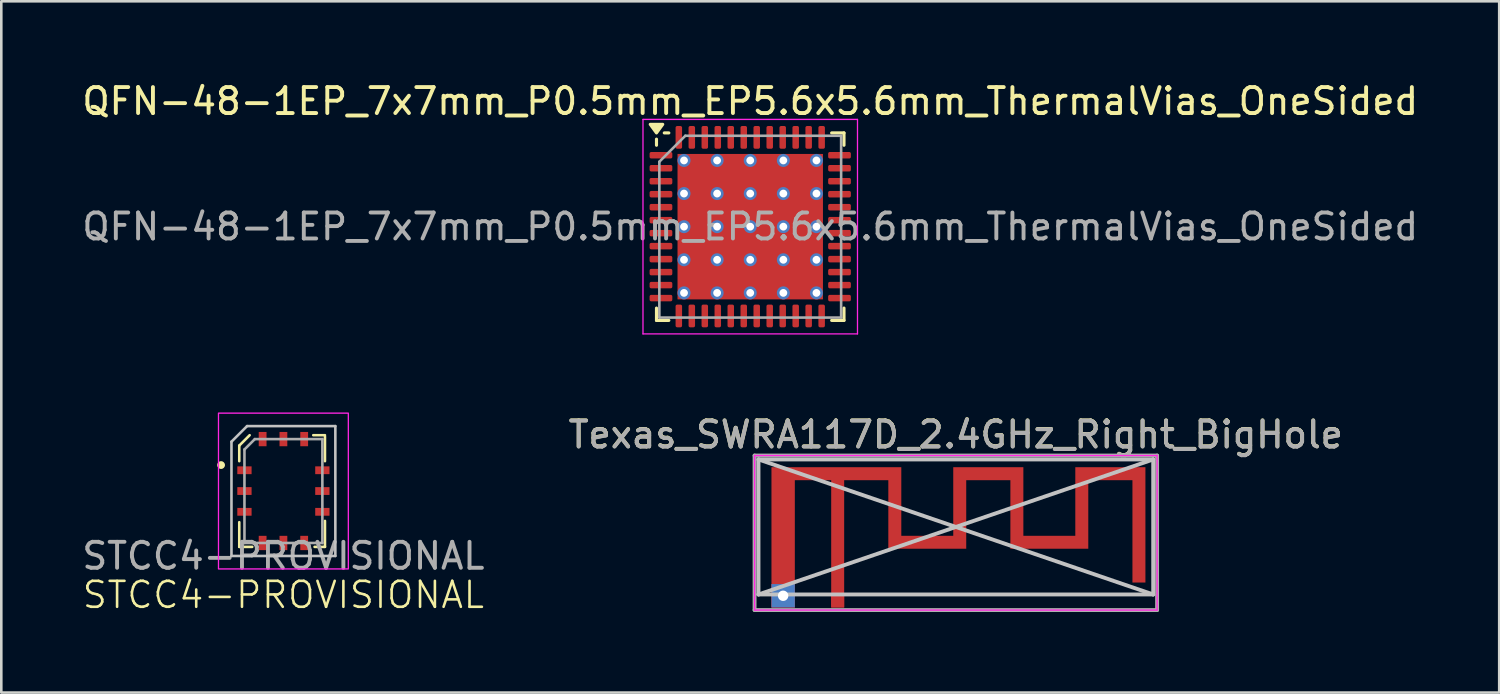
<source format=kicad_pcb>
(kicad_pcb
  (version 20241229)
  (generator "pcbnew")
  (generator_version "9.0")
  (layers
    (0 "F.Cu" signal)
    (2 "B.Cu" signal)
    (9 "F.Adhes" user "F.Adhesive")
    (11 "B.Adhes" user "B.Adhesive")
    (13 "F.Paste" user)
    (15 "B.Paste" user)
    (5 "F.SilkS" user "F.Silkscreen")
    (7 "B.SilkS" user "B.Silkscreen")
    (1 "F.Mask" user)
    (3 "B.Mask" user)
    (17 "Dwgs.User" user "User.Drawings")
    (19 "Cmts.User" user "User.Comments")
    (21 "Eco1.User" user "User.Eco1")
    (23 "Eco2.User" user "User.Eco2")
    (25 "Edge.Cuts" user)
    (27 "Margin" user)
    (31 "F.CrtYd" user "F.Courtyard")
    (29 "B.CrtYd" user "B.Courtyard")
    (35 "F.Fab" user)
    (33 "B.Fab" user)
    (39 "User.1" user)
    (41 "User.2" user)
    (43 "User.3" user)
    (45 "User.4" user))
  (footprint "Texas_SWRA117D_2.4GHz_Right_BigHole"
    (layer "F.Cu")
    (at 29.206 20.091)
    (property "Reference" "Texas_SWRA117D_2.4GHz_Right_BigHole" (at 4.55 -6.41 0) (layer "F.SilkS") (effects (font (size 1 1) (thickness 0.15))))
    (attr exclude_from_pos_files exclude_from_bom)
    (fp_poly (pts (xy 2.45 -2.51) (xy 4.45 -2.51) (xy 4.45 -5.15) (xy 7.15 -5.15) (xy 7.15 -2.51) (xy 9.15 -2.51) (xy 9.15 -5.15) (xy 11.85 -5.15) (xy 11.85 -0.71) (xy 11.35 -0.71) (xy 11.35 -4.65) (xy 9.65 -4.65) (xy 9.65 -2.01) (xy 6.65 -2.01) (xy 6.65 -4.65) (xy 4.95 -4.65) (xy 4.95 -2.01) (xy 1.95 -2.01) (xy 1.95 -4.65) (xy 0.25 -4.65) (xy 0.25 0.25) (xy -0.25 0.25) (xy -0.25 -4.65) (xy -1.65 -4.65) (xy -1.65 0.25) (xy -2.55 0.25) (xy -2.55 0.007) (xy -2.248 0.007) (xy -2.238 0.054) (xy -2.214 0.097) (xy -2.176 0.13) (xy -2.168 0.134) (xy -2.125 0.146) (xy -2.077 0.145) (xy -2.031 0.132) (xy -2.013 0.122) (xy -1.979 0.087) (xy -1.958 0.041) (xy -1.952 -0.008) (xy -1.96 -0.056) (xy -1.977 -0.089) (xy -2.012 -0.121) (xy -2.058 -0.141) (xy -2.107 -0.148) (xy -2.155 -0.14) (xy -2.188 -0.123) (xy -2.223 -0.086) (xy -2.243 -0.042) (xy -2.248 0.007) (xy -2.55 0.007) (xy -2.55 -5.15) (xy 2.45 -5.15) (xy 2.45 -2.51)) (stroke (width 0) (type solid)) (fill yes) (layer "F.Cu"))
    (fp_line (start -3.05 -5.45) (end 12.15 -5.45) (stroke (width 0.15) (type solid)) (layer "Dwgs.User"))
    (fp_line (start -3.05 -5.45) (end 12.15 -0.25) (stroke (width 0.15) (type solid)) (layer "Dwgs.User"))
    (fp_line (start -3.05 -0.25) (end -3.05 -5.45) (stroke (width 0.15) (type solid)) (layer "Dwgs.User"))
    (fp_line (start -3.05 -0.25) (end 12.15 -5.45) (stroke (width 0.15) (type solid)) (layer "Dwgs.User"))
    (fp_line (start -3.05 -0.25) (end 12.15 -0.25) (stroke (width 0.15) (type solid)) (layer "Dwgs.User"))
    (fp_line (start 12.15 -0.25) (end 12.15 -5.45) (stroke (width 0.15) (type solid)) (layer "Dwgs.User"))
    (fp_line (start -3.2 -5.6) (end 12.3 -5.6) (stroke (width 0.05) (type solid)) (layer "F.CrtYd"))
    (fp_line (start -3.2 0.35) (end -3.2 -5.6) (stroke (width 0.05) (type solid)) (layer "F.CrtYd"))
    (fp_line (start 12.3 -5.6) (end 12.3 0.35) (stroke (width 0.05) (type solid)) (layer "F.CrtYd"))
    (fp_line (start 12.3 0.35) (end -3.2 0.35) (stroke (width 0.05) (type solid)) (layer "F.CrtYd"))
    (fp_line (start -3.2 -5.6) (end 12.3 -5.6) (stroke (width 0.15) (type solid)) (layer "F.Fab"))
    (fp_line (start -3.2 0.35) (end -3.2 -5.6) (stroke (width 0.15) (type solid)) (layer "F.Fab"))
    (fp_line (start 12.3 -5.6) (end 12.3 0.35) (stroke (width 0.15) (type solid)) (layer "F.Fab"))
    (fp_line (start 12.3 0.35) (end -3.2 0.35) (stroke (width 0.15) (type solid)) (layer "F.Fab"))
    (fp_text user "${REFERENCE}" (at 4.55 -6.4 0) (layer "F.Fab") (effects (font (size 1 1) (thickness 0.15))))
    (pad "1" connect rect (at 0 0) (size 0.5 0.5) (layers "F.Cu"))
    (pad "2" thru_hole rect (at -2.1 -0.2) (size 0.9 0.9) (drill 0.4) (layers "*.Cu") (remove_unused_layers yes) (keep_end_layers yes) (zone_layer_connections)))
  (footprint "STCC4-PROVISIONAL"
    (layer "F.Cu")
    (at 7.863 15.858)
    (property "Reference" "STCC4-PROVISIONAL" (at 0 4 0) (unlocked yes) (layer "F.SilkS") (effects (font (size 1 1) (thickness 0.1))))
    (attr smd)
    (fp_line (start -1.7 -1.75) (end -1.7 -1.15) (stroke (width 0.1) (type default)) (layer "F.SilkS"))
    (fp_line (start -1.7 1.2) (end -1.7 2.15) (stroke (width 0.1) (type default)) (layer "F.SilkS"))
    (fp_line (start -1.7 2.15) (end -1.2 2.15) (stroke (width 0.1) (type default)) (layer "F.SilkS"))
    (fp_line (start -1.3 -2.15) (end -1.7 -1.75) (stroke (width 0.1) (type default)) (layer "F.SilkS"))
    (fp_line (start 1.2 2.15) (end 1.6 2.15) (stroke (width 0.1) (type default)) (layer "F.SilkS"))
    (fp_line (start 1.6 -2.15) (end 1.15 -2.15) (stroke (width 0.1) (type default)) (layer "F.SilkS"))
    (fp_line (start 1.6 -1.15) (end 1.6 -2.1) (stroke (width 0.1) (type default)) (layer "F.SilkS"))
    (fp_line (start 1.6 2.15) (end 1.6 1.15) (stroke (width 0.1) (type default)) (layer "F.SilkS"))
    (fp_circle (center -2.4 -1) (end -2.3 -1) (stroke (width 0.1) (type solid)) (fill yes) (layer "F.SilkS"))
    (fp_line (start -2 -1.9) (end -2 2.5) (stroke (width 0.1) (type default)) (layer "Dwgs.User"))
    (fp_line (start -2 2.5) (end 2 2.5) (stroke (width 0.1) (type default)) (layer "Dwgs.User"))
    (fp_line (start -1.4 -2.5) (end -2 -1.9) (stroke (width 0.1) (type default)) (layer "Dwgs.User"))
    (fp_line (start 2 -2.5) (end -1.4 -2.5) (stroke (width 0.1) (type default)) (layer "Dwgs.User"))
    (fp_line (start 2 2.5) (end 2 -2.5) (stroke (width 0.1) (type default)) (layer "Dwgs.User"))
    (fp_rect (start -2.5 -3) (end 2.5 3) (stroke (width 0.05) (type default)) (fill no) (layer "F.CrtYd"))
    (fp_line (start -1.5 -1.6) (end -1.1 -2) (stroke (width 0.1) (type default)) (layer "F.Fab"))
    (fp_line (start -1.5 2) (end -1.5 -1.6) (stroke (width 0.1) (type default)) (layer "F.Fab"))
    (fp_line (start -1.1 -2) (end 1.5 -2) (stroke (width 0.1) (type default)) (layer "F.Fab"))
    (fp_line (start 1.5 -2) (end 1.5 2) (stroke (width 0.1) (type default)) (layer "F.Fab"))
    (fp_line (start 1.5 2) (end -1.5 2) (stroke (width 0.1) (type default)) (layer "F.Fab"))
    (fp_text user "${REFERENCE}" (at 0 2.5 0) (unlocked yes) (layer "F.Fab") (effects (font (size 1 1) (thickness 0.15))))
    (pad "1" smd rect (at -1.5 -0.8) (size 0.55 0.3) (layers "F.Cu" "F.Mask" "F.Paste"))
    (pad "2" smd rect (at -1.5 0) (size 0.55 0.3) (layers "F.Cu" "F.Mask" "F.Paste"))
    (pad "3" smd rect (at -1.5 0.8) (size 0.55 0.3) (layers "F.Cu" "F.Mask" "F.Paste"))
    (pad "4" smd rect (at -0.8 2 90) (size 0.55 0.3) (layers "F.Cu" "F.Mask" "F.Paste"))
    (pad "5" smd rect (at 0 2 90) (size 0.55 0.3) (layers "F.Cu" "F.Mask" "F.Paste"))
    (pad "6" smd rect (at 0.8 2 90) (size 0.55 0.3) (layers "F.Cu" "F.Mask" "F.Paste"))
    (pad "7" smd rect (at 1.5 0.8) (size 0.55 0.3) (layers "F.Cu" "F.Mask" "F.Paste"))
    (pad "8" smd rect (at 1.5 0) (size 0.55 0.3) (layers "F.Cu" "F.Mask" "F.Paste"))
    (pad "9" smd rect (at 1.5 -0.8) (size 0.55 0.3) (layers "F.Cu" "F.Mask" "F.Paste"))
    (pad "10" smd rect (at 0.8 -2 90) (size 0.55 0.3) (layers "F.Cu" "F.Mask" "F.Paste"))
    (pad "11" smd rect (at 0 -2 90) (size 0.55 0.3) (layers "F.Cu" "F.Mask" "F.Paste"))
    (pad "12" smd rect (at -0.8 -2 90) (size 0.55 0.3) (layers "F.Cu" "F.Mask" "F.Paste")))
  (footprint "QFN-48-1EP_7x7mm_P0.5mm_EP5.6x5.6mm_ThermalVias_OneSided"
    (layer "F.Cu")
    (at 25.839 5.678)
    (property "Reference" "QFN-48-1EP_7x7mm_P0.5mm_EP5.6x5.6mm_ThermalVias_OneSided" (at 0 -4.83 0) (layer "F.SilkS") (effects (font (size 1 1) (thickness 0.15))))
    (attr smd)
    (fp_line (start -3.61 -3.135) (end -3.61 -3.37) (stroke (width 0.12) (type solid)) (layer "F.SilkS"))
    (fp_line (start -3.61 3.61) (end -3.61 3.135) (stroke (width 0.12) (type solid)) (layer "F.SilkS"))
    (fp_line (start -3.135 -3.61) (end -3.31 -3.61) (stroke (width 0.12) (type solid)) (layer "F.SilkS"))
    (fp_line (start -3.135 3.61) (end -3.61 3.61) (stroke (width 0.12) (type solid)) (layer "F.SilkS"))
    (fp_line (start 3.135 -3.61) (end 3.61 -3.61) (stroke (width 0.12) (type solid)) (layer "F.SilkS"))
    (fp_line (start 3.135 3.61) (end 3.61 3.61) (stroke (width 0.12) (type solid)) (layer "F.SilkS"))
    (fp_line (start 3.61 -3.61) (end 3.61 -3.135) (stroke (width 0.12) (type solid)) (layer "F.SilkS"))
    (fp_line (start 3.61 3.61) (end 3.61 3.135) (stroke (width 0.12) (type solid)) (layer "F.SilkS"))
    (fp_poly (pts (xy -3.61 -3.61) (xy -3.85 -3.94) (xy -3.37 -3.94) (xy -3.61 -3.61)) (stroke (width 0.12) (type solid)) (fill yes) (layer "F.SilkS"))
    (fp_line (start -4.13 -4.13) (end -4.13 4.13) (stroke (width 0.05) (type solid)) (layer "F.CrtYd"))
    (fp_line (start -4.13 4.13) (end 4.13 4.13) (stroke (width 0.05) (type solid)) (layer "F.CrtYd"))
    (fp_line (start 4.13 -4.13) (end -4.13 -4.13) (stroke (width 0.05) (type solid)) (layer "F.CrtYd"))
    (fp_line (start 4.13 4.13) (end 4.13 -4.13) (stroke (width 0.05) (type solid)) (layer "F.CrtYd"))
    (fp_line (start -3.5 -2.5) (end -2.5 -3.5) (stroke (width 0.1) (type solid)) (layer "F.Fab"))
    (fp_line (start -3.5 3.5) (end -3.5 -2.5) (stroke (width 0.1) (type solid)) (layer "F.Fab"))
    (fp_line (start -2.5 -3.5) (end 3.5 -3.5) (stroke (width 0.1) (type solid)) (layer "F.Fab"))
    (fp_line (start 3.5 -3.5) (end 3.5 3.5) (stroke (width 0.1) (type solid)) (layer "F.Fab"))
    (fp_line (start 3.5 3.5) (end -3.5 3.5) (stroke (width 0.1) (type solid)) (layer "F.Fab"))
    (fp_text user "${REFERENCE}" (at 0 0 0) (layer "F.Fab") (effects (font (size 1 1) (thickness 0.15))))
    (pad "" smd roundrect (at -1.913 -1.913) (size 1.084 1.084) (layers "F.Paste") (roundrect_rratio 0.231))
    (pad "" smd roundrect (at -1.913 -0.637) (size 1.084 1.084) (layers "F.Paste") (roundrect_rratio 0.231))
    (pad "" smd roundrect (at -1.913 0.637) (size 1.084 1.084) (layers "F.Paste") (roundrect_rratio 0.231))
    (pad "" smd roundrect (at -1.913 1.913) (size 1.084 1.084) (layers "F.Paste") (roundrect_rratio 0.231))
    (pad "" smd roundrect (at -0.637 -1.913) (size 1.084 1.084) (layers "F.Paste") (roundrect_rratio 0.231))
    (pad "" smd roundrect (at -0.637 -0.637) (size 1.084 1.084) (layers "F.Paste") (roundrect_rratio 0.231))
    (pad "" smd roundrect (at -0.637 0.637) (size 1.084 1.084) (layers "F.Paste") (roundrect_rratio 0.231))
    (pad "" smd roundrect (at -0.637 1.913) (size 1.084 1.084) (layers "F.Paste") (roundrect_rratio 0.231))
    (pad "" smd roundrect (at 0.637 -1.913) (size 1.084 1.084) (layers "F.Paste") (roundrect_rratio 0.231))
    (pad "" smd roundrect (at 0.637 -0.637) (size 1.084 1.084) (layers "F.Paste") (roundrect_rratio 0.231))
    (pad "" smd roundrect (at 0.637 0.637) (size 1.084 1.084) (layers "F.Paste") (roundrect_rratio 0.231))
    (pad "" smd roundrect (at 0.637 1.913) (size 1.084 1.084) (layers "F.Paste") (roundrect_rratio 0.231))
    (pad "" smd roundrect (at 1.913 -1.913) (size 1.084 1.084) (layers "F.Paste") (roundrect_rratio 0.231))
    (pad "" smd roundrect (at 1.913 -0.637) (size 1.084 1.084) (layers "F.Paste") (roundrect_rratio 0.231))
    (pad "" smd roundrect (at 1.913 0.637) (size 1.084 1.084) (layers "F.Paste") (roundrect_rratio 0.231))
    (pad "" smd roundrect (at 1.913 1.913) (size 1.084 1.084) (layers "F.Paste") (roundrect_rratio 0.231))
    (pad "1" smd roundrect (at -3.438 -2.75) (size 0.875 0.25) (layers "F.Cu" "F.Mask" "F.Paste") (roundrect_rratio 0.25))
    (pad "2" smd roundrect (at -3.438 -2.25) (size 0.875 0.25) (layers "F.Cu" "F.Mask" "F.Paste") (roundrect_rratio 0.25))
    (pad "3" smd roundrect (at -3.438 -1.75) (size 0.875 0.25) (layers "F.Cu" "F.Mask" "F.Paste") (roundrect_rratio 0.25))
    (pad "4" smd roundrect (at -3.438 -1.25) (size 0.875 0.25) (layers "F.Cu" "F.Mask" "F.Paste") (roundrect_rratio 0.25))
    (pad "5" smd roundrect (at -3.438 -0.75) (size 0.875 0.25) (layers "F.Cu" "F.Mask" "F.Paste") (roundrect_rratio 0.25))
    (pad "6" smd roundrect (at -3.438 -0.25) (size 0.875 0.25) (layers "F.Cu" "F.Mask" "F.Paste") (roundrect_rratio 0.25))
    (pad "7" smd roundrect (at -3.438 0.25) (size 0.875 0.25) (layers "F.Cu" "F.Mask" "F.Paste") (roundrect_rratio 0.25))
    (pad "8" smd roundrect (at -3.438 0.75) (size 0.875 0.25) (layers "F.Cu" "F.Mask" "F.Paste") (roundrect_rratio 0.25))
    (pad "9" smd roundrect (at -3.438 1.25) (size 0.875 0.25) (layers "F.Cu" "F.Mask" "F.Paste") (roundrect_rratio 0.25))
    (pad "10" smd roundrect (at -3.438 1.75) (size 0.875 0.25) (layers "F.Cu" "F.Mask" "F.Paste") (roundrect_rratio 0.25))
    (pad "11" smd roundrect (at -3.438 2.25) (size 0.875 0.25) (layers "F.Cu" "F.Mask" "F.Paste") (roundrect_rratio 0.25))
    (pad "12" smd roundrect (at -3.438 2.75) (size 0.875 0.25) (layers "F.Cu" "F.Mask" "F.Paste") (roundrect_rratio 0.25))
    (pad "13" smd roundrect (at -2.75 3.438) (size 0.25 0.875) (layers "F.Cu" "F.Mask" "F.Paste") (roundrect_rratio 0.25))
    (pad "14" smd roundrect (at -2.25 3.438) (size 0.25 0.875) (layers "F.Cu" "F.Mask" "F.Paste") (roundrect_rratio 0.25))
    (pad "15" smd roundrect (at -1.75 3.438) (size 0.25 0.875) (layers "F.Cu" "F.Mask" "F.Paste") (roundrect_rratio 0.25))
    (pad "16" smd roundrect (at -1.25 3.438) (size 0.25 0.875) (layers "F.Cu" "F.Mask" "F.Paste") (roundrect_rratio 0.25))
    (pad "17" smd roundrect (at -0.75 3.438) (size 0.25 0.875) (layers "F.Cu" "F.Mask" "F.Paste") (roundrect_rratio 0.25))
    (pad "18" smd roundrect (at -0.25 3.438) (size 0.25 0.875) (layers "F.Cu" "F.Mask" "F.Paste") (roundrect_rratio 0.25))
    (pad "19" smd roundrect (at 0.25 3.438) (size 0.25 0.875) (layers "F.Cu" "F.Mask" "F.Paste") (roundrect_rratio 0.25))
    (pad "20" smd roundrect (at 0.75 3.438) (size 0.25 0.875) (layers "F.Cu" "F.Mask" "F.Paste") (roundrect_rratio 0.25))
    (pad "21" smd roundrect (at 1.25 3.438) (size 0.25 0.875) (layers "F.Cu" "F.Mask" "F.Paste") (roundrect_rratio 0.25))
    (pad "22" smd roundrect (at 1.75 3.438) (size 0.25 0.875) (layers "F.Cu" "F.Mask" "F.Paste") (roundrect_rratio 0.25))
    (pad "23" smd roundrect (at 2.25 3.438) (size 0.25 0.875) (layers "F.Cu" "F.Mask" "F.Paste") (roundrect_rratio 0.25))
    (pad "24" smd roundrect (at 2.75 3.438) (size 0.25 0.875) (layers "F.Cu" "F.Mask" "F.Paste") (roundrect_rratio 0.25))
    (pad "25" smd roundrect (at 3.438 2.75) (size 0.875 0.25) (layers "F.Cu" "F.Mask" "F.Paste") (roundrect_rratio 0.25))
    (pad "26" smd roundrect (at 3.438 2.25) (size 0.875 0.25) (layers "F.Cu" "F.Mask" "F.Paste") (roundrect_rratio 0.25))
    (pad "27" smd roundrect (at 3.438 1.75) (size 0.875 0.25) (layers "F.Cu" "F.Mask" "F.Paste") (roundrect_rratio 0.25))
    (pad "28" smd roundrect (at 3.438 1.25) (size 0.875 0.25) (layers "F.Cu" "F.Mask" "F.Paste") (roundrect_rratio 0.25))
    (pad "29" smd roundrect (at 3.438 0.75) (size 0.875 0.25) (layers "F.Cu" "F.Mask" "F.Paste") (roundrect_rratio 0.25))
    (pad "30" smd roundrect (at 3.438 0.25) (size 0.875 0.25) (layers "F.Cu" "F.Mask" "F.Paste") (roundrect_rratio 0.25))
    (pad "31" smd roundrect (at 3.438 -0.25) (size 0.875 0.25) (layers "F.Cu" "F.Mask" "F.Paste") (roundrect_rratio 0.25))
    (pad "32" smd roundrect (at 3.438 -0.75) (size 0.875 0.25) (layers "F.Cu" "F.Mask" "F.Paste") (roundrect_rratio 0.25))
    (pad "33" smd roundrect (at 3.438 -1.25) (size 0.875 0.25) (layers "F.Cu" "F.Mask" "F.Paste") (roundrect_rratio 0.25))
    (pad "34" smd roundrect (at 3.438 -1.75) (size 0.875 0.25) (layers "F.Cu" "F.Mask" "F.Paste") (roundrect_rratio 0.25))
    (pad "35" smd roundrect (at 3.438 -2.25) (size 0.875 0.25) (layers "F.Cu" "F.Mask" "F.Paste") (roundrect_rratio 0.25))
    (pad "36" smd roundrect (at 3.438 -2.75) (size 0.875 0.25) (layers "F.Cu" "F.Mask" "F.Paste") (roundrect_rratio 0.25))
    (pad "37" smd roundrect (at 2.75 -3.438) (size 0.25 0.875) (layers "F.Cu" "F.Mask" "F.Paste") (roundrect_rratio 0.25))
    (pad "38" smd roundrect (at 2.25 -3.438) (size 0.25 0.875) (layers "F.Cu" "F.Mask" "F.Paste") (roundrect_rratio 0.25))
    (pad "39" smd roundrect (at 1.75 -3.438) (size 0.25 0.875) (layers "F.Cu" "F.Mask" "F.Paste") (roundrect_rratio 0.25))
    (pad "40" smd roundrect (at 1.25 -3.438) (size 0.25 0.875) (layers "F.Cu" "F.Mask" "F.Paste") (roundrect_rratio 0.25))
    (pad "41" smd roundrect (at 0.75 -3.438) (size 0.25 0.875) (layers "F.Cu" "F.Mask" "F.Paste") (roundrect_rratio 0.25))
    (pad "42" smd roundrect (at 0.25 -3.438) (size 0.25 0.875) (layers "F.Cu" "F.Mask" "F.Paste") (roundrect_rratio 0.25))
    (pad "43" smd roundrect (at -0.25 -3.438) (size 0.25 0.875) (layers "F.Cu" "F.Mask" "F.Paste") (roundrect_rratio 0.25))
    (pad "44" smd roundrect (at -0.75 -3.438) (size 0.25 0.875) (layers "F.Cu" "F.Mask" "F.Paste") (roundrect_rratio 0.25))
    (pad "45" smd roundrect (at -1.25 -3.438) (size 0.25 0.875) (layers "F.Cu" "F.Mask" "F.Paste") (roundrect_rratio 0.25))
    (pad "46" smd roundrect (at -1.75 -3.438) (size 0.25 0.875) (layers "F.Cu" "F.Mask" "F.Paste") (roundrect_rratio 0.25))
    (pad "47" smd roundrect (at -2.25 -3.438) (size 0.25 0.875) (layers "F.Cu" "F.Mask" "F.Paste") (roundrect_rratio 0.25))
    (pad "48" smd roundrect (at -2.75 -3.438) (size 0.25 0.875) (layers "F.Cu" "F.Mask" "F.Paste") (roundrect_rratio 0.25))
    (pad "49" thru_hole circle (at -2.55 -2.55) (size 0.5 0.5) (drill 0.3) (property pad_prop_heatsink) (layers "*.Cu"))
    (pad "49" thru_hole circle (at -2.55 -1.275) (size 0.5 0.5) (drill 0.3) (property pad_prop_heatsink) (layers "*.Cu"))
    (pad "49" thru_hole circle (at -2.55 0) (size 0.5 0.5) (drill 0.3) (property pad_prop_heatsink) (layers "*.Cu"))
    (pad "49" thru_hole circle (at -2.55 1.275) (size 0.5 0.5) (drill 0.3) (property pad_prop_heatsink) (layers "*.Cu"))
    (pad "49" thru_hole circle (at -2.55 2.55) (size 0.5 0.5) (drill 0.3) (property pad_prop_heatsink) (layers "*.Cu"))
    (pad "49" thru_hole circle (at -1.275 -2.55) (size 0.5 0.5) (drill 0.3) (property pad_prop_heatsink) (layers "*.Cu"))
    (pad "49" thru_hole circle (at -1.275 -1.275) (size 0.5 0.5) (drill 0.3) (property pad_prop_heatsink) (layers "*.Cu"))
    (pad "49" thru_hole circle (at -1.275 0) (size 0.5 0.5) (drill 0.3) (property pad_prop_heatsink) (layers "*.Cu"))
    (pad "49" thru_hole circle (at -1.275 1.275) (size 0.5 0.5) (drill 0.3) (property pad_prop_heatsink) (layers "*.Cu"))
    (pad "49" thru_hole circle (at -1.275 2.55) (size 0.5 0.5) (drill 0.3) (property pad_prop_heatsink) (layers "*.Cu"))
    (pad "49" thru_hole circle (at 0 -2.55) (size 0.5 0.5) (drill 0.3) (property pad_prop_heatsink) (layers "*.Cu"))
    (pad "49" thru_hole circle (at 0 -1.275) (size 0.5 0.5) (drill 0.3) (property pad_prop_heatsink) (layers "*.Cu"))
    (pad "49" thru_hole circle (at 0 0) (size 0.5 0.5) (drill 0.3) (property pad_prop_heatsink) (layers "*.Cu"))
    (pad "49" smd rect (at 0 0) (size 5.6 5.6) (property pad_prop_heatsink) (layers "F.Cu" "F.Mask"))
    (pad "49" thru_hole circle (at 0 1.275) (size 0.5 0.5) (drill 0.3) (property pad_prop_heatsink) (layers "*.Cu"))
    (pad "49" thru_hole circle (at 0 2.55) (size 0.5 0.5) (drill 0.3) (property pad_prop_heatsink) (layers "*.Cu"))
    (pad "49" thru_hole circle (at 1.275 -2.55) (size 0.5 0.5) (drill 0.3) (property pad_prop_heatsink) (layers "*.Cu"))
    (pad "49" thru_hole circle (at 1.275 -1.275) (size 0.5 0.5) (drill 0.3) (property pad_prop_heatsink) (layers "*.Cu"))
    (pad "49" thru_hole circle (at 1.275 0) (size 0.5 0.5) (drill 0.3) (property pad_prop_heatsink) (layers "*.Cu"))
    (pad "49" thru_hole circle (at 1.275 1.275) (size 0.5 0.5) (drill 0.3) (property pad_prop_heatsink) (layers "*.Cu"))
    (pad "49" thru_hole circle (at 1.275 2.55) (size 0.5 0.5) (drill 0.3) (property pad_prop_heatsink) (layers "*.Cu"))
    (pad "49" thru_hole circle (at 2.55 -2.55) (size 0.5 0.5) (drill 0.3) (property pad_prop_heatsink) (layers "*.Cu"))
    (pad "49" thru_hole circle (at 2.55 -1.275) (size 0.5 0.5) (drill 0.3) (property pad_prop_heatsink) (layers "*.Cu"))
    (pad "49" thru_hole circle (at 2.55 0) (size 0.5 0.5) (drill 0.3) (property pad_prop_heatsink) (layers "*.Cu"))
    (pad "49" thru_hole circle (at 2.55 1.275) (size 0.5 0.5) (drill 0.3) (property pad_prop_heatsink) (layers "*.Cu"))
    (pad "49" thru_hole circle (at 2.55 2.55) (size 0.5 0.5) (drill 0.3) (property pad_prop_heatsink) (layers "*.Cu")))
  (gr_rect
    (start -3 -3)
    (end 54.679 23.619)
    (stroke (width 0.1) (type default))
    (fill no)
    (layer "Edge.Cuts")))
</source>
